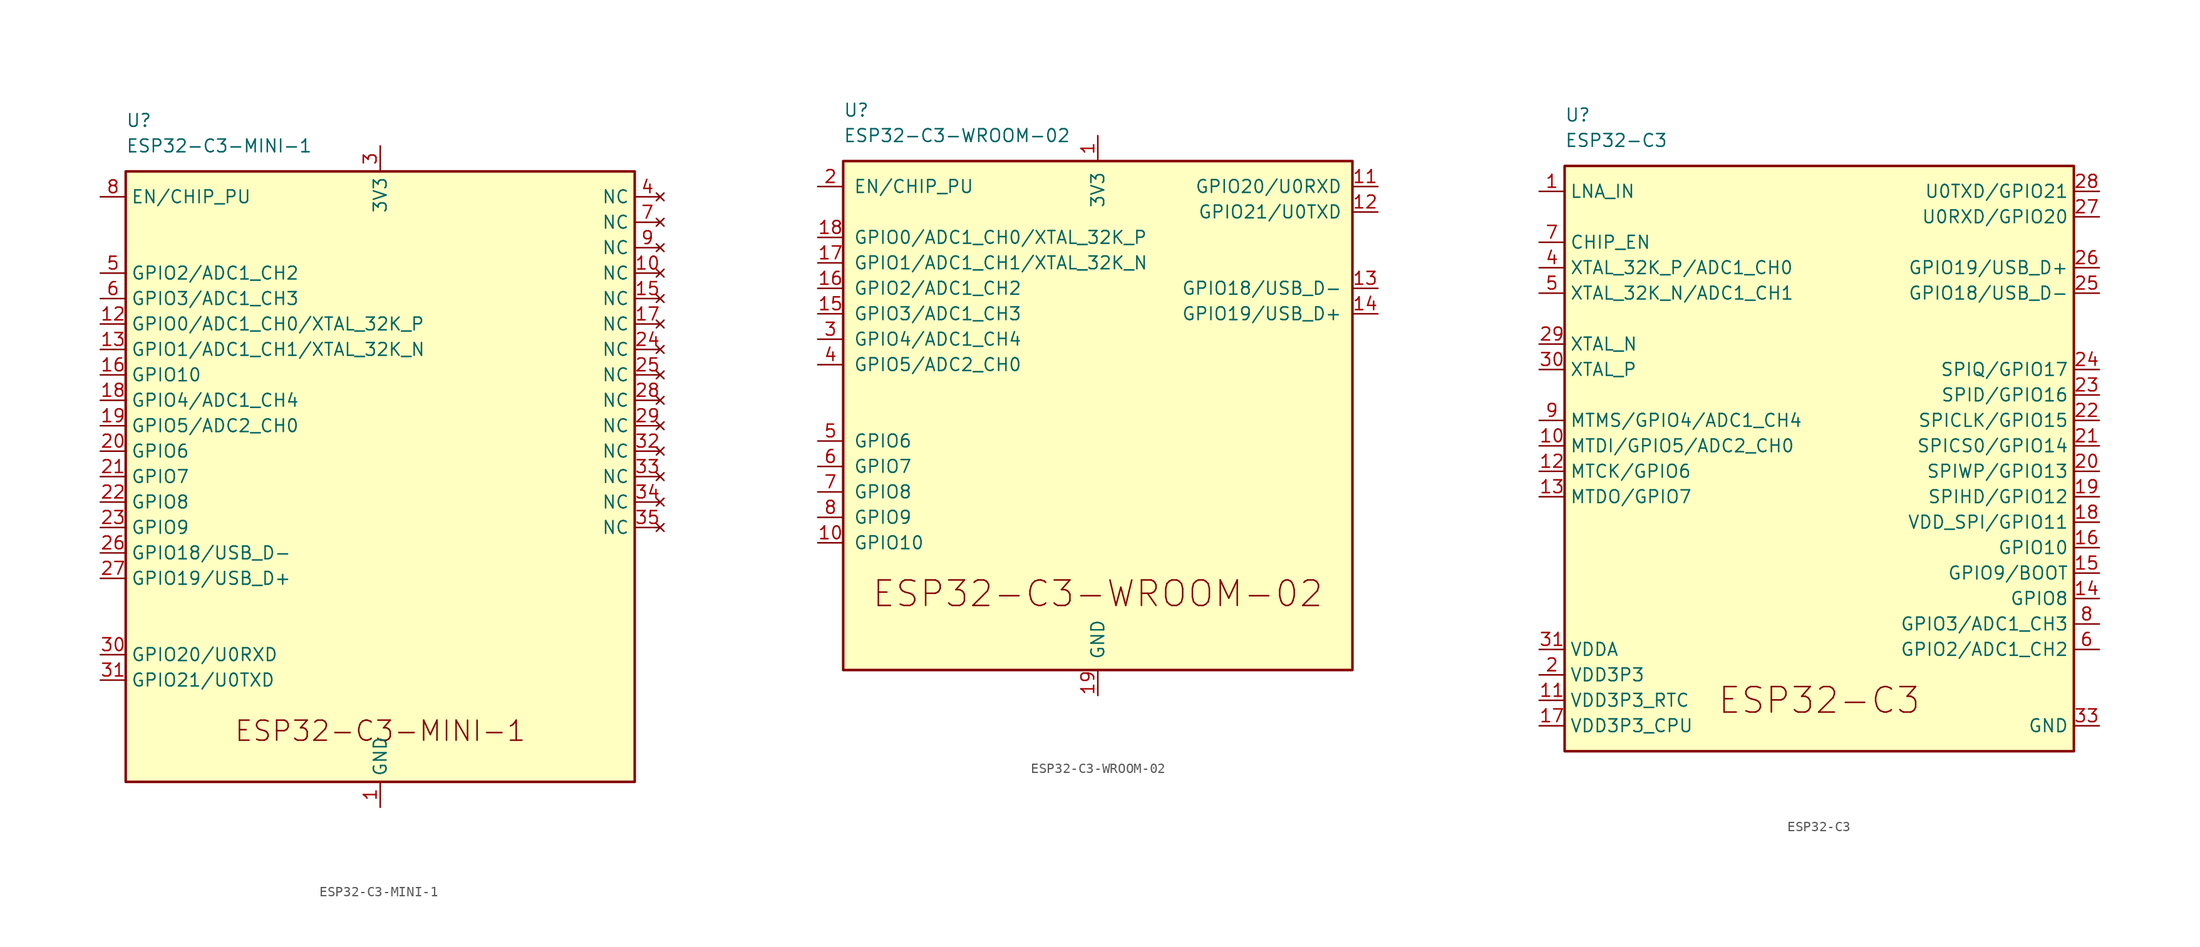
<source format=kicad_sym>
(kicad_symbol_lib
  (version 20211014)
  (generator kicad_symbol_editor)
  (symbol "ESP32-C3-MINI-1"
    (property "Reference" "U"
      (at -25.4 35.56 0)
      (effects (font (size 1.27 1.27)) (justify left)))
    (property "Value" "ESP32-C3-MINI-1"
      (at -25.4 33.02 0)
      (effects (font (size 1.27 1.27)) (justify left)))
    (symbol "ESP32-C3-MINI-1_0_0"
      (text "ESP32-C3-MINI-1" (at 0 -25.4 0) (effects (font (size 2 2)))))
    (symbol "ESP32-C3-MINI-1_0_1"
      (rectangle (start -25.4 30.48) (end 25.4 -30.48) (stroke (width 0.254) (type default) (color 0 0 0 0)) (fill (type background))))
    (symbol "ESP32-C3-MINI-1_1_1"
      (pin power_in line (at 0 -33.02 90) (length 2.54) (name "GND" (effects (font (size 1.27 1.27)))) (number "1" (effects (font (size 1.27 1.27)))))
      (pin no_connect line (at 27.94 20.32 180) (length 2.54) (name "NC" (effects (font (size 1.27 1.27)))) (number "10" (effects (font (size 1.27 1.27)))))
      (pin passive line (at 0 -33.02 90) (length 2.54) hide (name "GND" (effects (font (size 1.27 1.27)))) (number "11" (effects (font (size 1.27 1.27)))))
      (pin bidirectional line (at -27.94 15.24 0) (length 2.54) (name "GPIO0/ADC1_CH0/XTAL_32K_P" (effects (font (size 1.27 1.27)))) (number "12" (effects (font (size 1.27 1.27)))))
      (pin bidirectional line (at -27.94 12.7 0) (length 2.54) (name "GPIO1/ADC1_CH1/XTAL_32K_N" (effects (font (size 1.27 1.27)))) (number "13" (effects (font (size 1.27 1.27)))))
      (pin passive line (at 0 -33.02 90) (length 2.54) hide (name "GND" (effects (font (size 1.27 1.27)))) (number "14" (effects (font (size 1.27 1.27)))))
      (pin no_connect line (at 27.94 17.78 180) (length 2.54) (name "NC" (effects (font (size 1.27 1.27)))) (number "15" (effects (font (size 1.27 1.27)))))
      (pin bidirectional line (at -27.94 10.16 0) (length 2.54) (name "GPIO10" (effects (font (size 1.27 1.27)))) (number "16" (effects (font (size 1.27 1.27)))))
      (pin no_connect line (at 27.94 15.24 180) (length 2.54) (name "NC" (effects (font (size 1.27 1.27)))) (number "17" (effects (font (size 1.27 1.27)))))
      (pin bidirectional line (at -27.94 7.62 0) (length 2.54) (name "GPIO4/ADC1_CH4" (effects (font (size 1.27 1.27)))) (number "18" (effects (font (size 1.27 1.27)))))
      (pin bidirectional line (at -27.94 5.08 0) (length 2.54) (name "GPIO5/ADC2_CH0" (effects (font (size 1.27 1.27)))) (number "19" (effects (font (size 1.27 1.27)))))
      (pin passive line (at -0.02 -33.113 90) (length 2.54) hide (name "GND" (effects (font (size 1.27 1.27)))) (number "2" (effects (font (size 1.27 1.27)))))
      (pin bidirectional line (at -27.94 2.54 0) (length 2.54) (name "GPIO6" (effects (font (size 1.27 1.27)))) (number "20" (effects (font (size 1.27 1.27)))))
      (pin bidirectional line (at -27.94 0 0) (length 2.54) (name "GPIO7" (effects (font (size 1.27 1.27)))) (number "21" (effects (font (size 1.27 1.27)))))
      (pin bidirectional line (at -27.94 -2.54 0) (length 2.54) (name "GPIO8" (effects (font (size 1.27 1.27)))) (number "22" (effects (font (size 1.27 1.27)))))
      (pin bidirectional line (at -27.94 -5.08 0) (length 2.54) (name "GPIO9" (effects (font (size 1.27 1.27)))) (number "23" (effects (font (size 1.27 1.27)))))
      (pin no_connect line (at 27.94 12.7 180) (length 2.54) (name "NC" (effects (font (size 1.27 1.27)))) (number "24" (effects (font (size 1.27 1.27)))))
      (pin no_connect line (at 27.94 10.16 180) (length 2.54) (name "NC" (effects (font (size 1.27 1.27)))) (number "25" (effects (font (size 1.27 1.27)))))
      (pin bidirectional line (at -27.94 -7.62 0) (length 2.54) (name "GPIO18/USB_D-" (effects (font (size 1.27 1.27)))) (number "26" (effects (font (size 1.27 1.27)))))
      (pin bidirectional line (at -27.94 -10.16 0) (length 2.54) (name "GPIO19/USB_D+" (effects (font (size 1.27 1.27)))) (number "27" (effects (font (size 1.27 1.27)))))
      (pin no_connect line (at 27.94 7.62 180) (length 2.54) (name "NC" (effects (font (size 1.27 1.27)))) (number "28" (effects (font (size 1.27 1.27)))))
      (pin no_connect line (at 27.94 5.08 180) (length 2.54) (name "NC" (effects (font (size 1.27 1.27)))) (number "29" (effects (font (size 1.27 1.27)))))
      (pin power_in line (at 0 33.02 270) (length 2.54) (name "3V3" (effects (font (size 1.27 1.27)))) (number "3" (effects (font (size 1.27 1.27)))))
      (pin bidirectional line (at -27.94 -17.78 0) (length 2.54) (name "GPIO20/U0RXD" (effects (font (size 1.27 1.27)))) (number "30" (effects (font (size 1.27 1.27)))))
      (pin bidirectional line (at -27.94 -20.32 0) (length 2.54) (name "GPIO21/U0TXD" (effects (font (size 1.27 1.27)))) (number "31" (effects (font (size 1.27 1.27)))))
      (pin no_connect line (at 27.94 2.54 180) (length 2.54) (name "NC" (effects (font (size 1.27 1.27)))) (number "32" (effects (font (size 1.27 1.27)))))
      (pin no_connect line (at 27.94 0 180) (length 2.54) (name "NC" (effects (font (size 1.27 1.27)))) (number "33" (effects (font (size 1.27 1.27)))))
      (pin no_connect line (at 27.94 -2.54 180) (length 2.54) (name "NC" (effects (font (size 1.27 1.27)))) (number "34" (effects (font (size 1.27 1.27)))))
      (pin no_connect line (at 27.94 -5.08 180) (length 2.54) (name "NC" (effects (font (size 1.27 1.27)))) (number "35" (effects (font (size 1.27 1.27)))))
      (pin passive line (at -0.02 -33.113 90) (length 2.54) hide (name "GND" (effects (font (size 1.27 1.27)))) (number "36" (effects (font (size 1.27 1.27)))))
      (pin passive line (at -0.02 -33.113 90) (length 2.54) hide (name "GND" (effects (font (size 1.27 1.27)))) (number "37" (effects (font (size 1.27 1.27)))))
      (pin passive line (at -0.02 -33.113 90) (length 2.54) hide (name "GND" (effects (font (size 1.27 1.27)))) (number "38" (effects (font (size 1.27 1.27)))))
      (pin passive line (at -0.02 -33.113 90) (length 2.54) hide (name "GND" (effects (font (size 1.27 1.27)))) (number "39" (effects (font (size 1.27 1.27)))))
      (pin no_connect line (at 27.94 27.94 180) (length 2.54) (name "NC" (effects (font (size 1.27 1.27)))) (number "4" (effects (font (size 1.27 1.27)))))
      (pin passive line (at -0.02 -33.113 90) (length 2.54) hide (name "GND" (effects (font (size 1.27 1.27)))) (number "40" (effects (font (size 1.27 1.27)))))
      (pin passive line (at -0.02 -33.113 90) (length 2.54) hide (name "GND" (effects (font (size 1.27 1.27)))) (number "41" (effects (font (size 1.27 1.27)))))
      (pin passive line (at -0.02 -33.113 90) (length 2.54) hide (name "GND" (effects (font (size 1.27 1.27)))) (number "42" (effects (font (size 1.27 1.27)))))
      (pin passive line (at -0.02 -33.113 90) (length 2.54) hide (name "GND" (effects (font (size 1.27 1.27)))) (number "43" (effects (font (size 1.27 1.27)))))
      (pin passive line (at -0.02 -33.113 90) (length 2.54) hide (name "GND" (effects (font (size 1.27 1.27)))) (number "44" (effects (font (size 1.27 1.27)))))
      (pin passive line (at -0.02 -33.113 90) (length 2.54) hide (name "GND" (effects (font (size 1.27 1.27)))) (number "45" (effects (font (size 1.27 1.27)))))
      (pin passive line (at -0.02 -33.113 90) (length 2.54) hide (name "GND" (effects (font (size 1.27 1.27)))) (number "46" (effects (font (size 1.27 1.27)))))
      (pin passive line (at -0.02 -33.113 90) (length 2.54) hide (name "GND" (effects (font (size 1.27 1.27)))) (number "47" (effects (font (size 1.27 1.27)))))
      (pin passive line (at -0.02 -33.113 90) (length 2.54) hide (name "GND" (effects (font (size 1.27 1.27)))) (number "48" (effects (font (size 1.27 1.27)))))
      (pin passive line (at -0.02 -33.113 90) (length 2.54) hide (name "GND" (effects (font (size 1.27 1.27)))) (number "49" (effects (font (size 1.27 1.27)))))
      (pin bidirectional line (at -27.94 20.32 0) (length 2.54) (name "GPIO2/ADC1_CH2" (effects (font (size 1.27 1.27)))) (number "5" (effects (font (size 1.27 1.27)))))
      (pin passive line (at -0.02 -33.113 90) (length 2.54) hide (name "GND" (effects (font (size 1.27 1.27)))) (number "50" (effects (font (size 1.27 1.27)))))
      (pin passive line (at -0.02 -33.113 90) (length 2.54) hide (name "GND" (effects (font (size 1.27 1.27)))) (number "51" (effects (font (size 1.27 1.27)))))
      (pin passive line (at -0.02 -33.113 90) (length 2.54) hide (name "GND" (effects (font (size 1.27 1.27)))) (number "52" (effects (font (size 1.27 1.27)))))
      (pin passive line (at -0.02 -33.113 90) (length 2.54) hide (name "GND" (effects (font (size 1.27 1.27)))) (number "53" (effects (font (size 1.27 1.27)))))
      (pin bidirectional line (at -27.94 17.78 0) (length 2.54) (name "GPIO3/ADC1_CH3" (effects (font (size 1.27 1.27)))) (number "6" (effects (font (size 1.27 1.27)))))
      (pin no_connect line (at 27.94 25.4 180) (length 2.54) (name "NC" (effects (font (size 1.27 1.27)))) (number "7" (effects (font (size 1.27 1.27)))))
      (pin input line (at -27.94 27.94 0) (length 2.54) (name "EN/CHIP_PU" (effects (font (size 1.27 1.27)))) (number "8" (effects (font (size 1.27 1.27)))))
      (pin no_connect line (at 27.94 22.86 180) (length 2.54) (name "NC" (effects (font (size 1.27 1.27)))) (number "9" (effects (font (size 1.27 1.27)))))))
  (symbol "ESP32-C3-WROOM-02"
    (pin_names
      (offset 1.016))
    (property "Reference" "U"
      (at -25.4 30.48 0)
      (effects (font (size 1.27 1.27)) (justify left)))
    (property "Value" "ESP32-C3-WROOM-02"
      (at -25.4 27.94 0)
      (effects (font (size 1.27 1.27)) (justify left)))
    (symbol "ESP32-C3-WROOM-02_0_0"
      (text "ESP32-C3-WROOM-02" (at 0 -17.78 0) (effects (font (size 2.54 2.54)))))
    (symbol "ESP32-C3-WROOM-02_0_1"
      (rectangle (start -25.4 25.4) (end 25.4 -25.4) (stroke (width 0.254) (type default) (color 0 0 0 0)) (fill (type background))))
    (symbol "ESP32-C3-WROOM-02_1_1"
      (pin power_in line (at 0 27.94 270) (length 2.54) (name "3V3" (effects (font (size 1.27 1.27)))) (number "1" (effects (font (size 1.27 1.27)))))
      (pin bidirectional line (at -27.94 -12.7 0) (length 2.54) (name "GPIO10" (effects (font (size 1.27 1.27)))) (number "10" (effects (font (size 1.27 1.27)))))
      (pin bidirectional line (at 27.94 22.86 180) (length 2.54) (name "GPIO20/U0RXD" (effects (font (size 1.27 1.27)))) (number "11" (effects (font (size 1.27 1.27)))))
      (pin bidirectional line (at 27.94 20.32 180) (length 2.54) (name "GPIO21/U0TXD" (effects (font (size 1.27 1.27)))) (number "12" (effects (font (size 1.27 1.27)))))
      (pin bidirectional line (at 27.94 12.7 180) (length 2.54) (name "GPIO18/USB_D-" (effects (font (size 1.27 1.27)))) (number "13" (effects (font (size 1.27 1.27)))))
      (pin bidirectional line (at 27.94 10.16 180) (length 2.54) (name "GPIO19/USB_D+" (effects (font (size 1.27 1.27)))) (number "14" (effects (font (size 1.27 1.27)))))
      (pin bidirectional line (at -27.94 10.16 0) (length 2.54) (name "GPIO3/ADC1_CH3" (effects (font (size 1.27 1.27)))) (number "15" (effects (font (size 1.27 1.27)))))
      (pin bidirectional line (at -27.94 12.7 0) (length 2.54) (name "GPIO2/ADC1_CH2" (effects (font (size 1.27 1.27)))) (number "16" (effects (font (size 1.27 1.27)))))
      (pin bidirectional line (at -27.94 15.24 0) (length 2.54) (name "GPIO1/ADC1_CH1/XTAL_32K_N" (effects (font (size 1.27 1.27)))) (number "17" (effects (font (size 1.27 1.27)))))
      (pin bidirectional line (at -27.94 17.78 0) (length 2.54) (name "GPIO0/ADC1_CH0/XTAL_32K_P" (effects (font (size 1.27 1.27)))) (number "18" (effects (font (size 1.27 1.27)))))
      (pin passive line (at 0 -27.94 90) (length 2.54) (name "GND" (effects (font (size 1.27 1.27)))) (number "19" (effects (font (size 1.27 1.27)))))
      (pin input line (at -27.94 22.86 0) (length 2.54) (name "EN/CHIP_PU" (effects (font (size 1.27 1.27)))) (number "2" (effects (font (size 1.27 1.27)))))
      (pin bidirectional line (at -27.94 7.62 0) (length 2.54) (name "GPIO4/ADC1_CH4" (effects (font (size 1.27 1.27)))) (number "3" (effects (font (size 1.27 1.27)))))
      (pin bidirectional line (at -27.94 5.08 0) (length 2.54) (name "GPIO5/ADC2_CH0" (effects (font (size 1.27 1.27)))) (number "4" (effects (font (size 1.27 1.27)))))
      (pin bidirectional line (at -27.94 -2.54 0) (length 2.54) (name "GPIO6" (effects (font (size 1.27 1.27)))) (number "5" (effects (font (size 1.27 1.27)))))
      (pin bidirectional line (at -27.94 -5.08 0) (length 2.54) (name "GPIO7" (effects (font (size 1.27 1.27)))) (number "6" (effects (font (size 1.27 1.27)))))
      (pin bidirectional line (at -27.94 -7.62 0) (length 2.54) (name "GPIO8" (effects (font (size 1.27 1.27)))) (number "7" (effects (font (size 1.27 1.27)))))
      (pin bidirectional line (at -27.94 -10.16 0) (length 2.54) (name "GPIO9" (effects (font (size 1.27 1.27)))) (number "8" (effects (font (size 1.27 1.27)))))
      (pin power_in line (at -0.005 -27.94 90) (length 2.54) hide (name "GND" (effects (font (size 1.27 1.27)))) (number "9" (effects (font (size 1.27 1.27)))))))
  (symbol "ESP32-C3"
    (property "Reference" "U"
      (at -25.4 35.56 0)
      (effects (font (size 1.27 1.27)) (justify left)))
    (property "Value" "ESP32-C3"
      (at -25.4 33.02 0)
      (effects (font (size 1.27 1.27)) (justify left)))
    (symbol "ESP32-C3_0_0"
      (text "ESP32-C3" (at 0 -22.86 0) (effects (font (size 2.54 2.54))))
      (pin bidirectional line (at -27.94 27.94 0) (length 2.54) (name "LNA_IN" (effects (font (size 1.27 1.27)))) (number "1" (effects (font (size 1.27 1.27)))))
      (pin bidirectional line (at -27.94 2.54 0) (length 2.54) (name "MTDI/GPIO5/ADC2_CH0" (effects (font (size 1.27 1.27)))) (number "10" (effects (font (size 1.27 1.27)))))
      (pin power_in line (at -27.94 -22.86 0) (length 2.54) (name "VDD3P3_RTC" (effects (font (size 1.27 1.27)))) (number "11" (effects (font (size 1.27 1.27)))))
      (pin bidirectional line (at -27.94 0 0) (length 2.54) (name "MTCK/GPIO6" (effects (font (size 1.27 1.27)))) (number "12" (effects (font (size 1.27 1.27)))))
      (pin bidirectional line (at -27.94 -2.54 0) (length 2.54) (name "MTDO/GPIO7" (effects (font (size 1.27 1.27)))) (number "13" (effects (font (size 1.27 1.27)))))
      (pin bidirectional line (at 27.94 -12.7 180) (length 2.54) (name "GPIO8" (effects (font (size 1.27 1.27)))) (number "14" (effects (font (size 1.27 1.27)))))
      (pin bidirectional line (at 27.94 -10.16 180) (length 2.54) (name "GPIO9/BOOT" (effects (font (size 1.27 1.27)))) (number "15" (effects (font (size 1.27 1.27)))))
      (pin bidirectional line (at 27.94 -7.62 180) (length 2.54) (name "GPIO10" (effects (font (size 1.27 1.27)))) (number "16" (effects (font (size 1.27 1.27)))))
      (pin power_in line (at -27.94 -25.4 0) (length 2.54) (name "VDD3P3_CPU" (effects (font (size 1.27 1.27)))) (number "17" (effects (font (size 1.27 1.27)))))
      (pin bidirectional line (at 27.94 -5.08 180) (length 2.54) (name "VDD_SPI/GPIO11" (effects (font (size 1.27 1.27)))) (number "18" (effects (font (size 1.27 1.27)))))
      (pin bidirectional line (at 27.94 -2.54 180) (length 2.54) (name "SPIHD/GPIO12" (effects (font (size 1.27 1.27)))) (number "19" (effects (font (size 1.27 1.27)))))
      (pin power_in line (at -27.94 -20.32 0) (length 2.54) (name "VDD3P3" (effects (font (size 1.27 1.27)))) (number "2" (effects (font (size 1.27 1.27)))))
      (pin bidirectional line (at 27.94 0 180) (length 2.54) (name "SPIWP/GPIO13" (effects (font (size 1.27 1.27)))) (number "20" (effects (font (size 1.27 1.27)))))
      (pin bidirectional line (at 27.94 2.54 180) (length 2.54) (name "SPICS0/GPIO14" (effects (font (size 1.27 1.27)))) (number "21" (effects (font (size 1.27 1.27)))))
      (pin bidirectional line (at 27.94 5.08 180) (length 2.54) (name "SPICLK/GPIO15" (effects (font (size 1.27 1.27)))) (number "22" (effects (font (size 1.27 1.27)))))
      (pin bidirectional line (at 27.94 7.62 180) (length 2.54) (name "SPID/GPIO16" (effects (font (size 1.27 1.27)))) (number "23" (effects (font (size 1.27 1.27)))))
      (pin bidirectional line (at 27.94 10.16 180) (length 2.54) (name "SPIQ/GPIO17" (effects (font (size 1.27 1.27)))) (number "24" (effects (font (size 1.27 1.27)))))
      (pin bidirectional line (at 27.94 17.78 180) (length 2.54) (name "GPIO18/USB_D-" (effects (font (size 1.27 1.27)))) (number "25" (effects (font (size 1.27 1.27)))))
      (pin bidirectional line (at 27.94 20.32 180) (length 2.54) (name "GPIO19/USB_D+" (effects (font (size 1.27 1.27)))) (number "26" (effects (font (size 1.27 1.27)))))
      (pin bidirectional line (at 27.94 25.4 180) (length 2.54) (name "U0RXD/GPIO20" (effects (font (size 1.27 1.27)))) (number "27" (effects (font (size 1.27 1.27)))))
      (pin bidirectional line (at 27.94 27.94 180) (length 2.54) (name "U0TXD/GPIO21" (effects (font (size 1.27 1.27)))) (number "28" (effects (font (size 1.27 1.27)))))
      (pin output line (at -27.94 12.7 0) (length 2.54) (name "XTAL_N" (effects (font (size 1.27 1.27)))) (number "29" (effects (font (size 1.27 1.27)))))
      (pin input line (at -27.94 10.16 0) (length 2.54) (name "XTAL_P" (effects (font (size 1.27 1.27)))) (number "30" (effects (font (size 1.27 1.27)))))
      (pin power_in line (at -27.94 -17.78 0) (length 2.54) (name "VDDA" (effects (font (size 1.27 1.27)))) (number "31" (effects (font (size 1.27 1.27)))))
      (pin power_in line (at 27.94 -25.4 180) (length 2.54) (name "GND" (effects (font (size 1.27 1.27)))) (number "33" (effects (font (size 1.27 1.27)))))
      (pin output line (at -27.94 20.32 0) (length 2.54) (name "XTAL_32K_P/ADC1_CH0" (effects (font (size 1.27 1.27)))) (number "4" (effects (font (size 1.27 1.27)))))
      (pin input line (at -27.94 17.78 0) (length 2.54) (name "XTAL_32K_N/ADC1_CH1" (effects (font (size 1.27 1.27)))) (number "5" (effects (font (size 1.27 1.27)))))
      (pin bidirectional line (at 27.94 -17.78 180) (length 2.54) (name "GPIO2/ADC1_CH2" (effects (font (size 1.27 1.27)))) (number "6" (effects (font (size 1.27 1.27)))))
      (pin input line (at -27.94 22.86 0) (length 2.54) (name "CHIP_EN" (effects (font (size 1.27 1.27)))) (number "7" (effects (font (size 1.27 1.27)))))
      (pin bidirectional line (at 27.94 -15.24 180) (length 2.54) (name "GPIO3/ADC1_CH3" (effects (font (size 1.27 1.27)))) (number "8" (effects (font (size 1.27 1.27)))))
      (pin bidirectional line (at -27.94 5.08 0) (length 2.54) (name "MTMS/GPIO4/ADC1_CH4" (effects (font (size 1.27 1.27)))) (number "9" (effects (font (size 1.27 1.27))))))
    (symbol "ESP32-C3_0_1"
      (rectangle (start -25.4 30.48) (end 25.4 -27.94) (stroke (width 0.254) (type default) (color 0 0 0 0)) (fill (type background)))
      (pin passive line (at -27.94 -20.32 0) (length 2.54) hide (name "VDD3P3" (effects (font (size 1.27 1.27)))) (number "3" (effects (font (size 1.27 1.27)))))
      (pin passive line (at -27.94 -17.78 0) (length 2.54) hide (name "VDDA" (effects (font (size 1.27 1.27)))) (number "32" (effects (font (size 1.27 1.27))))))))
</source>
